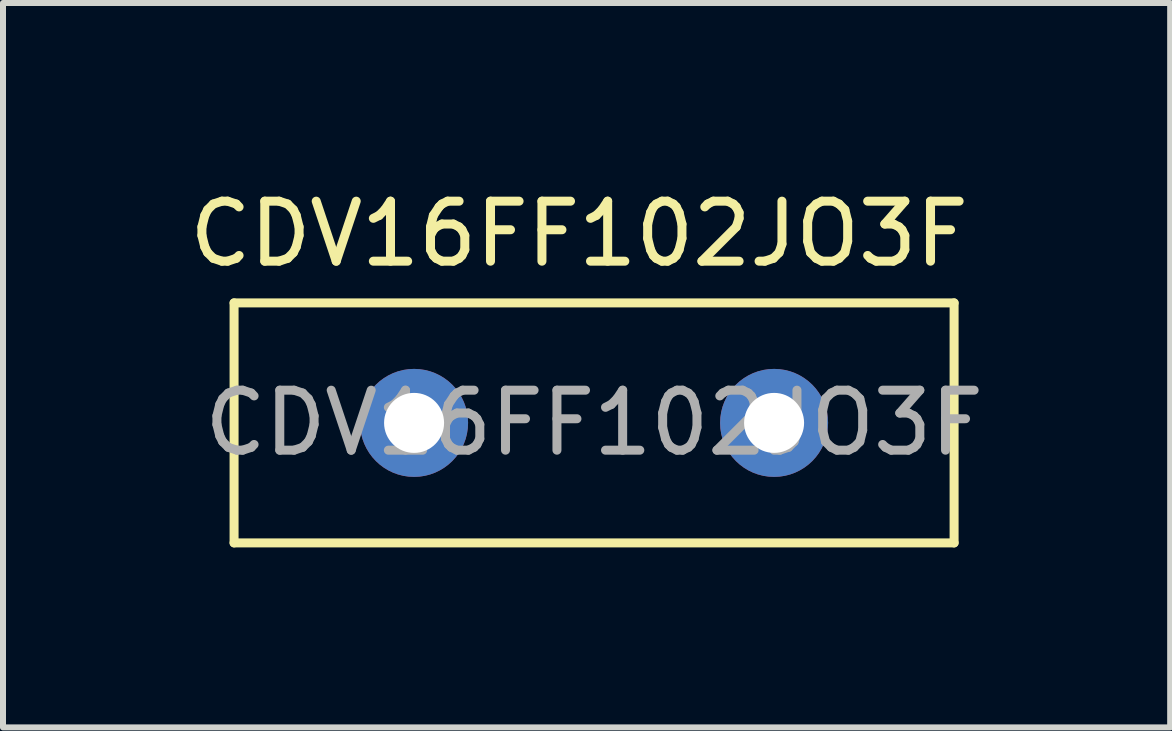
<source format=kicad_pcb>
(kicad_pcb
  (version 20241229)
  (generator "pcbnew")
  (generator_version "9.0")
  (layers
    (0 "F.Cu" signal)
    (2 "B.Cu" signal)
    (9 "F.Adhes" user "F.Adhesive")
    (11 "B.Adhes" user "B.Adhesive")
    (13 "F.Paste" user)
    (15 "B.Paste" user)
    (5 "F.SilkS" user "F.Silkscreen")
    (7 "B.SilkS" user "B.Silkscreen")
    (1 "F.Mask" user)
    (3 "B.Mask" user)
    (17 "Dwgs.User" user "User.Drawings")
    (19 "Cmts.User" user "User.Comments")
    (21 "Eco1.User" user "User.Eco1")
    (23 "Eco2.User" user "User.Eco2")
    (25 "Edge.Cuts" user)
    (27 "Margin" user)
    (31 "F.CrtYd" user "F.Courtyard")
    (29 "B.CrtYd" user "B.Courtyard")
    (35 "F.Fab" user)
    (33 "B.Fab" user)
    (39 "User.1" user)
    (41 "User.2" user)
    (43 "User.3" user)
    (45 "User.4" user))
  (footprint "CDV16FF102JO3F"
    (layer "F.Cu")
    (at 3.851 3.998)
    (property "Reference" "CDV16FF102JO3F" (at 2.75 -3.15 0) (layer "F.SilkS") (effects (font (size 1 1) (thickness 0.15))))
    (attr through_hole)
    (fp_line (start -3 -2) (end -3 2) (stroke (width 0.15) (type solid)) (layer "F.SilkS"))
    (fp_line (start -3 2) (end 9 2) (stroke (width 0.15) (type solid)) (layer "F.SilkS"))
    (fp_line (start 9 -2) (end -3 -2) (stroke (width 0.15) (type solid)) (layer "F.SilkS"))
    (fp_line (start 9 2) (end 9 -2) (stroke (width 0.15) (type solid)) (layer "F.SilkS"))
    (fp_text user "${REFERENCE}" (at 3 0 0) (layer "F.Fab") (effects (font (size 1 1) (thickness 0.15))))
    (pad "1" thru_hole circle (at 0 0) (size 1.8 1.8) (drill 1) (layers "*.Cu" "*.Mask"))
    (pad "2" thru_hole circle (at 6 0) (size 1.8 1.8) (drill 1) (layers "*.Cu" "*.Mask")))
  (gr_rect
    (start -3 -3)
    (end 16.452 9.073)
    (stroke (width 0.1) (type default))
    (fill no)
    (layer "Edge.Cuts")))
</source>
